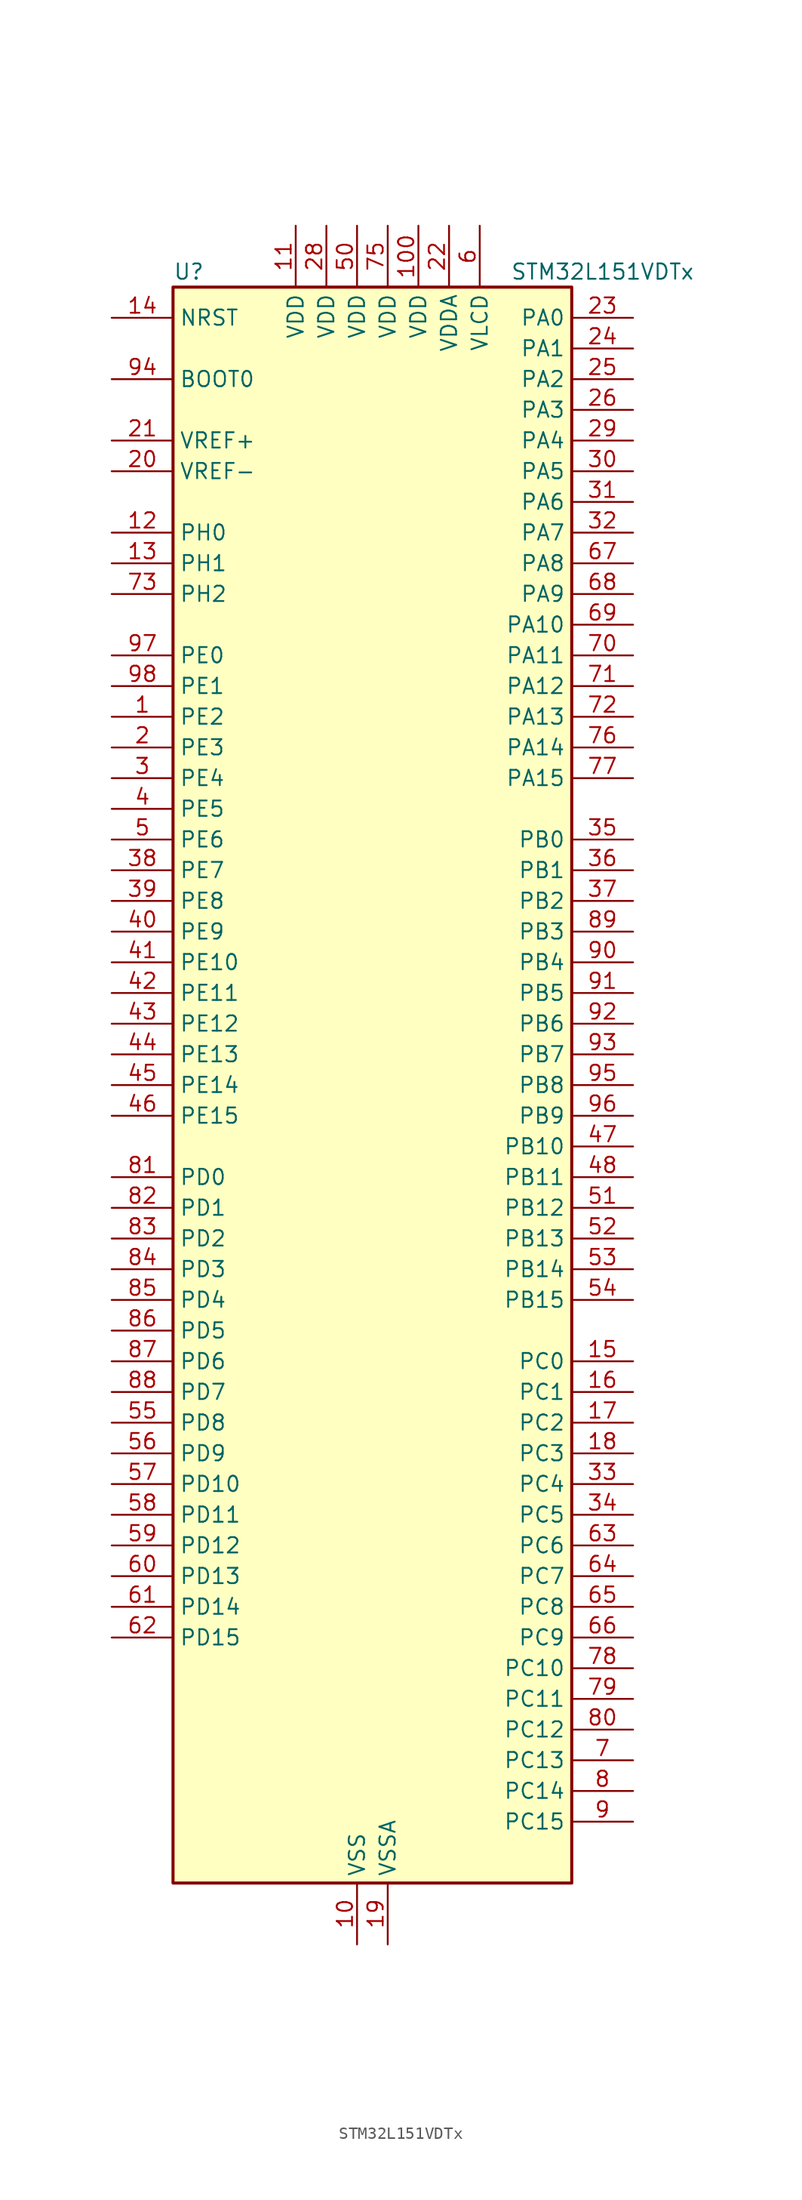
<source format=kicad_sym>
(kicad_symbol_lib
  (version 20231120)
  (generator "kicad_symbol_editor")
  (generator_version "8.0")
  (symbol "STM32L151VDTx"
    (property "Reference" "U"
      (at -15.24 67.31 0)
      (effects (font (size 1.27 1.27)) (justify left)))
    (property "Value" "STM32L151VDTx"
      (at 12.7 67.31 0)
      (effects (font (size 1.27 1.27)) (justify left)))
    (property "ki_locked" ""
      (at 0 0 0)
      (effects (font (size 1.27 1.27))))
    (symbol "STM32L151VDTx_0_1"
      (rectangle (start -15.24 -66.04) (end 17.78 66.04) (stroke (width 0.254) (type default)) (fill (type background))))
    (symbol "STM32L151VDTx_1_1"
      (pin bidirectional line (at -20.32 30.48 0) (length 5.08) (name "PE2" (effects (font (size 1.27 1.27)))) (number "1" (effects (font (size 1.27 1.27)))) (alternate "FSMC_A23" bidirectional line) (alternate "SYS_TRACECK" bidirectional line) (alternate "TIM3_ETR" bidirectional line) (alternate "TIMX_IC3" bidirectional line))
      (pin power_in line (at 0 -71.12 90) (length 5.08) (name "VSS" (effects (font (size 1.27 1.27)))) (number "10" (effects (font (size 1.27 1.27)))))
      (pin power_in line (at 5.08 71.12 270) (length 5.08) (name "VDD" (effects (font (size 1.27 1.27)))) (number "100" (effects (font (size 1.27 1.27)))))
      (pin power_in line (at -5.08 71.12 270) (length 5.08) (name "VDD" (effects (font (size 1.27 1.27)))) (number "11" (effects (font (size 1.27 1.27)))))
      (pin bidirectional line (at -20.32 45.72 0) (length 5.08) (name "PH0" (effects (font (size 1.27 1.27)))) (number "12" (effects (font (size 1.27 1.27)))) (alternate "RCC_OSC_IN" bidirectional line))
      (pin bidirectional line (at -20.32 43.18 0) (length 5.08) (name "PH1" (effects (font (size 1.27 1.27)))) (number "13" (effects (font (size 1.27 1.27)))) (alternate "RCC_OSC_OUT" bidirectional line))
      (pin input line (at -20.32 63.5 0) (length 5.08) (name "NRST" (effects (font (size 1.27 1.27)))) (number "14" (effects (font (size 1.27 1.27)))))
      (pin bidirectional line (at 22.86 -22.86 180) (length 5.08) (name "PC0" (effects (font (size 1.27 1.27)))) (number "15" (effects (font (size 1.27 1.27)))) (alternate "ADC_IN10" bidirectional line) (alternate "COMP1_INP" bidirectional line) (alternate "TIMX_IC1" bidirectional line) (alternate "TS_G8_IO1" bidirectional line))
      (pin bidirectional line (at 22.86 -25.4 180) (length 5.08) (name "PC1" (effects (font (size 1.27 1.27)))) (number "16" (effects (font (size 1.27 1.27)))) (alternate "ADC_IN11" bidirectional line) (alternate "COMP1_INP" bidirectional line) (alternate "OPAMP3_VINP" bidirectional line) (alternate "TIMX_IC2" bidirectional line) (alternate "TS_G8_IO2" bidirectional line))
      (pin bidirectional line (at 22.86 -27.94 180) (length 5.08) (name "PC2" (effects (font (size 1.27 1.27)))) (number "17" (effects (font (size 1.27 1.27)))) (alternate "ADC_IN12" bidirectional line) (alternate "COMP1_INP" bidirectional line) (alternate "OPAMP3_VINM" bidirectional line) (alternate "TIMX_IC3" bidirectional line) (alternate "TS_G8_IO3" bidirectional line))
      (pin bidirectional line (at 22.86 -30.48 180) (length 5.08) (name "PC3" (effects (font (size 1.27 1.27)))) (number "18" (effects (font (size 1.27 1.27)))) (alternate "ADC_IN13" bidirectional line) (alternate "COMP1_INP" bidirectional line) (alternate "OPAMP3_VOUT" bidirectional line) (alternate "TIMX_IC4" bidirectional line) (alternate "TS_G8_IO4" bidirectional line))
      (pin power_in line (at 2.54 -71.12 90) (length 5.08) (name "VSSA" (effects (font (size 1.27 1.27)))) (number "19" (effects (font (size 1.27 1.27)))))
      (pin bidirectional line (at -20.32 27.94 0) (length 5.08) (name "PE3" (effects (font (size 1.27 1.27)))) (number "2" (effects (font (size 1.27 1.27)))) (alternate "FSMC_A19" bidirectional line) (alternate "SYS_TRACED0" bidirectional line) (alternate "TIM3_CH1" bidirectional line) (alternate "TIMX_IC4" bidirectional line))
      (pin input line (at -20.32 50.8 0) (length 5.08) (name "VREF-" (effects (font (size 1.27 1.27)))) (number "20" (effects (font (size 1.27 1.27)))))
      (pin input line (at -20.32 53.34 0) (length 5.08) (name "VREF+" (effects (font (size 1.27 1.27)))) (number "21" (effects (font (size 1.27 1.27)))))
      (pin power_in line (at 7.62 71.12 270) (length 5.08) (name "VDDA" (effects (font (size 1.27 1.27)))) (number "22" (effects (font (size 1.27 1.27)))))
      (pin bidirectional line (at 22.86 63.5 180) (length 5.08) (name "PA0" (effects (font (size 1.27 1.27)))) (number "23" (effects (font (size 1.27 1.27)))) (alternate "ADC_IN0" bidirectional line) (alternate "COMP1_INP" bidirectional line) (alternate "RTC_TAMP2" bidirectional line) (alternate "SYS_WKUP1" bidirectional line) (alternate "TIM2_CH1" bidirectional line) (alternate "TIM2_ETR" bidirectional line) (alternate "TIM5_CH1" bidirectional line) (alternate "TIMX_IC1" bidirectional line) (alternate "TS_G1_IO1" bidirectional line) (alternate "USART2_CTS" bidirectional line))
      (pin bidirectional line (at 22.86 60.96 180) (length 5.08) (name "PA1" (effects (font (size 1.27 1.27)))) (number "24" (effects (font (size 1.27 1.27)))) (alternate "ADC_IN1" bidirectional line) (alternate "COMP1_INP" bidirectional line) (alternate "OPAMP1_VINP" bidirectional line) (alternate "TIM2_CH2" bidirectional line) (alternate "TIM5_CH2" bidirectional line) (alternate "TIMX_IC2" bidirectional line) (alternate "TS_G1_IO2" bidirectional line) (alternate "USART2_RTS" bidirectional line))
      (pin bidirectional line (at 22.86 58.42 180) (length 5.08) (name "PA2" (effects (font (size 1.27 1.27)))) (number "25" (effects (font (size 1.27 1.27)))) (alternate "ADC_IN2" bidirectional line) (alternate "COMP1_INP" bidirectional line) (alternate "OPAMP1_VINM" bidirectional line) (alternate "TIM2_CH3" bidirectional line) (alternate "TIM5_CH3" bidirectional line) (alternate "TIM9_CH1" bidirectional line) (alternate "TIMX_IC3" bidirectional line) (alternate "TS_G1_IO3" bidirectional line) (alternate "USART2_TX" bidirectional line))
      (pin bidirectional line (at 22.86 55.88 180) (length 5.08) (name "PA3" (effects (font (size 1.27 1.27)))) (number "26" (effects (font (size 1.27 1.27)))) (alternate "ADC_IN3" bidirectional line) (alternate "COMP1_INP" bidirectional line) (alternate "OPAMP1_VOUT" bidirectional line) (alternate "TIM2_CH4" bidirectional line) (alternate "TIM5_CH4" bidirectional line) (alternate "TIM9_CH2" bidirectional line) (alternate "TIMX_IC4" bidirectional line) (alternate "TS_G1_IO4" bidirectional line) (alternate "USART2_RX" bidirectional line))
      (pin passive line (at 0 -71.12 90) (length 5.08) hide (name "VSS" (effects (font (size 1.27 1.27)))) (number "27" (effects (font (size 1.27 1.27)))))
      (pin power_in line (at -2.54 71.12 270) (length 5.08) (name "VDD" (effects (font (size 1.27 1.27)))) (number "28" (effects (font (size 1.27 1.27)))))
      (pin bidirectional line (at 22.86 53.34 180) (length 5.08) (name "PA4" (effects (font (size 1.27 1.27)))) (number "29" (effects (font (size 1.27 1.27)))) (alternate "ADC_IN4" bidirectional line) (alternate "COMP1_INP" bidirectional line) (alternate "DAC_OUT1" bidirectional line) (alternate "I2S3_WS" bidirectional line) (alternate "SPI1_NSS" bidirectional line) (alternate "SPI3_NSS" bidirectional line) (alternate "TIMX_IC1" bidirectional line) (alternate "USART2_CK" bidirectional line))
      (pin bidirectional line (at -20.32 25.4 0) (length 5.08) (name "PE4" (effects (font (size 1.27 1.27)))) (number "3" (effects (font (size 1.27 1.27)))) (alternate "FSMC_A20" bidirectional line) (alternate "SYS_TRACED1" bidirectional line) (alternate "TIM3_CH2" bidirectional line) (alternate "TIMX_IC1" bidirectional line))
      (pin bidirectional line (at 22.86 50.8 180) (length 5.08) (name "PA5" (effects (font (size 1.27 1.27)))) (number "30" (effects (font (size 1.27 1.27)))) (alternate "ADC_IN5" bidirectional line) (alternate "COMP1_INP" bidirectional line) (alternate "DAC_OUT2" bidirectional line) (alternate "SPI1_SCK" bidirectional line) (alternate "TIM2_CH1" bidirectional line) (alternate "TIM2_ETR" bidirectional line) (alternate "TIMX_IC2" bidirectional line))
      (pin bidirectional line (at 22.86 48.26 180) (length 5.08) (name "PA6" (effects (font (size 1.27 1.27)))) (number "31" (effects (font (size 1.27 1.27)))) (alternate "ADC_IN6" bidirectional line) (alternate "COMP1_INP" bidirectional line) (alternate "OPAMP2_VINP" bidirectional line) (alternate "SPI1_MISO" bidirectional line) (alternate "TIM10_CH1" bidirectional line) (alternate "TIM3_CH1" bidirectional line) (alternate "TIMX_IC3" bidirectional line) (alternate "TS_G2_IO1" bidirectional line))
      (pin bidirectional line (at 22.86 45.72 180) (length 5.08) (name "PA7" (effects (font (size 1.27 1.27)))) (number "32" (effects (font (size 1.27 1.27)))) (alternate "ADC_IN7" bidirectional line) (alternate "COMP1_INP" bidirectional line) (alternate "OPAMP2_VINM" bidirectional line) (alternate "SPI1_MOSI" bidirectional line) (alternate "TIM11_CH1" bidirectional line) (alternate "TIM3_CH2" bidirectional line) (alternate "TIMX_IC4" bidirectional line) (alternate "TS_G2_IO2" bidirectional line))
      (pin bidirectional line (at 22.86 -33.02 180) (length 5.08) (name "PC4" (effects (font (size 1.27 1.27)))) (number "33" (effects (font (size 1.27 1.27)))) (alternate "ADC_IN14" bidirectional line) (alternate "COMP1_INP" bidirectional line) (alternate "TIMX_IC1" bidirectional line) (alternate "TS_G9_IO1" bidirectional line))
      (pin bidirectional line (at 22.86 -35.56 180) (length 5.08) (name "PC5" (effects (font (size 1.27 1.27)))) (number "34" (effects (font (size 1.27 1.27)))) (alternate "ADC_IN15" bidirectional line) (alternate "COMP1_INP" bidirectional line) (alternate "TIMX_IC2" bidirectional line) (alternate "TS_G9_IO2" bidirectional line))
      (pin bidirectional line (at 22.86 20.32 180) (length 5.08) (name "PB0" (effects (font (size 1.27 1.27)))) (number "35" (effects (font (size 1.27 1.27)))) (alternate "ADC_IN8" bidirectional line) (alternate "COMP1_INP" bidirectional line) (alternate "OPAMP2_VOUT" bidirectional line) (alternate "SYS_V_REF_OUT" bidirectional line) (alternate "TIM3_CH3" bidirectional line) (alternate "TS_G3_IO1" bidirectional line))
      (pin bidirectional line (at 22.86 17.78 180) (length 5.08) (name "PB1" (effects (font (size 1.27 1.27)))) (number "36" (effects (font (size 1.27 1.27)))) (alternate "ADC_IN9" bidirectional line) (alternate "COMP1_INP" bidirectional line) (alternate "SYS_V_REF_OUT" bidirectional line) (alternate "TIM3_CH4" bidirectional line) (alternate "TS_G3_IO2" bidirectional line))
      (pin bidirectional line (at 22.86 15.24 180) (length 5.08) (name "PB2" (effects (font (size 1.27 1.27)))) (number "37" (effects (font (size 1.27 1.27)))) (alternate "TS_G3_IO3" bidirectional line))
      (pin bidirectional line (at -20.32 17.78 0) (length 5.08) (name "PE7" (effects (font (size 1.27 1.27)))) (number "38" (effects (font (size 1.27 1.27)))) (alternate "ADC_IN22" bidirectional line) (alternate "COMP1_INP" bidirectional line) (alternate "FSMC_D4" bidirectional line) (alternate "FSMC_DA4" bidirectional line) (alternate "TIMX_IC4" bidirectional line))
      (pin bidirectional line (at -20.32 15.24 0) (length 5.08) (name "PE8" (effects (font (size 1.27 1.27)))) (number "39" (effects (font (size 1.27 1.27)))) (alternate "ADC_IN23" bidirectional line) (alternate "COMP1_INP" bidirectional line) (alternate "FSMC_D5" bidirectional line) (alternate "FSMC_DA5" bidirectional line) (alternate "TIMX_IC1" bidirectional line))
      (pin bidirectional line (at -20.32 22.86 0) (length 5.08) (name "PE5" (effects (font (size 1.27 1.27)))) (number "4" (effects (font (size 1.27 1.27)))) (alternate "FSMC_A21" bidirectional line) (alternate "SYS_TRACED2" bidirectional line) (alternate "TIM9_CH1" bidirectional line) (alternate "TIMX_IC2" bidirectional line))
      (pin bidirectional line (at -20.32 12.7 0) (length 5.08) (name "PE9" (effects (font (size 1.27 1.27)))) (number "40" (effects (font (size 1.27 1.27)))) (alternate "ADC_IN24" bidirectional line) (alternate "COMP1_INP" bidirectional line) (alternate "DAC_EXTI9" bidirectional line) (alternate "FSMC_D6" bidirectional line) (alternate "FSMC_DA6" bidirectional line) (alternate "TIM2_CH1" bidirectional line) (alternate "TIM2_ETR" bidirectional line) (alternate "TIMX_IC2" bidirectional line))
      (pin bidirectional line (at -20.32 10.16 0) (length 5.08) (name "PE10" (effects (font (size 1.27 1.27)))) (number "41" (effects (font (size 1.27 1.27)))) (alternate "ADC_IN25" bidirectional line) (alternate "COMP1_INP" bidirectional line) (alternate "FSMC_D7" bidirectional line) (alternate "FSMC_DA7" bidirectional line) (alternate "TIM2_CH2" bidirectional line) (alternate "TIMX_IC3" bidirectional line))
      (pin bidirectional line (at -20.32 7.62 0) (length 5.08) (name "PE11" (effects (font (size 1.27 1.27)))) (number "42" (effects (font (size 1.27 1.27)))) (alternate "ADC_EXTI11" bidirectional line) (alternate "FSMC_D8" bidirectional line) (alternate "FSMC_DA8" bidirectional line) (alternate "TIM2_CH3" bidirectional line) (alternate "TIMX_IC4" bidirectional line))
      (pin bidirectional line (at -20.32 5.08 0) (length 5.08) (name "PE12" (effects (font (size 1.27 1.27)))) (number "43" (effects (font (size 1.27 1.27)))) (alternate "FSMC_D9" bidirectional line) (alternate "FSMC_DA9" bidirectional line) (alternate "SPI1_NSS" bidirectional line) (alternate "TIM2_CH4" bidirectional line) (alternate "TIMX_IC1" bidirectional line))
      (pin bidirectional line (at -20.32 2.54 0) (length 5.08) (name "PE13" (effects (font (size 1.27 1.27)))) (number "44" (effects (font (size 1.27 1.27)))) (alternate "FSMC_D10" bidirectional line) (alternate "FSMC_DA10" bidirectional line) (alternate "SPI1_SCK" bidirectional line) (alternate "TIMX_IC2" bidirectional line))
      (pin bidirectional line (at -20.32 0 0) (length 5.08) (name "PE14" (effects (font (size 1.27 1.27)))) (number "45" (effects (font (size 1.27 1.27)))) (alternate "FSMC_D11" bidirectional line) (alternate "FSMC_DA11" bidirectional line) (alternate "SPI1_MISO" bidirectional line) (alternate "TIMX_IC3" bidirectional line))
      (pin bidirectional line (at -20.32 -2.54 0) (length 5.08) (name "PE15" (effects (font (size 1.27 1.27)))) (number "46" (effects (font (size 1.27 1.27)))) (alternate "ADC_EXTI15" bidirectional line) (alternate "FSMC_D12" bidirectional line) (alternate "FSMC_DA12" bidirectional line) (alternate "SPI1_MOSI" bidirectional line) (alternate "TIMX_IC4" bidirectional line))
      (pin bidirectional line (at 22.86 -5.08 180) (length 5.08) (name "PB10" (effects (font (size 1.27 1.27)))) (number "47" (effects (font (size 1.27 1.27)))) (alternate "I2C2_SCL" bidirectional line) (alternate "TIM2_CH3" bidirectional line) (alternate "USART3_TX" bidirectional line))
      (pin bidirectional line (at 22.86 -7.62 180) (length 5.08) (name "PB11" (effects (font (size 1.27 1.27)))) (number "48" (effects (font (size 1.27 1.27)))) (alternate "ADC_EXTI11" bidirectional line) (alternate "I2C2_SDA" bidirectional line) (alternate "TIM2_CH4" bidirectional line) (alternate "USART3_RX" bidirectional line))
      (pin passive line (at 0 -71.12 90) (length 5.08) hide (name "VSS" (effects (font (size 1.27 1.27)))) (number "49" (effects (font (size 1.27 1.27)))))
      (pin bidirectional line (at -20.32 20.32 0) (length 5.08) (name "PE6" (effects (font (size 1.27 1.27)))) (number "5" (effects (font (size 1.27 1.27)))) (alternate "RTC_TAMP3" bidirectional line) (alternate "SYS_TRACED3" bidirectional line) (alternate "SYS_WKUP3" bidirectional line) (alternate "TIM9_CH2" bidirectional line) (alternate "TIMX_IC3" bidirectional line))
      (pin power_in line (at 0 71.12 270) (length 5.08) (name "VDD" (effects (font (size 1.27 1.27)))) (number "50" (effects (font (size 1.27 1.27)))))
      (pin bidirectional line (at 22.86 -10.16 180) (length 5.08) (name "PB12" (effects (font (size 1.27 1.27)))) (number "51" (effects (font (size 1.27 1.27)))) (alternate "ADC_IN18" bidirectional line) (alternate "COMP1_INP" bidirectional line) (alternate "I2C2_SMBA" bidirectional line) (alternate "I2S2_WS" bidirectional line) (alternate "SPI2_NSS" bidirectional line) (alternate "TIM10_CH1" bidirectional line) (alternate "TS_G7_IO1" bidirectional line) (alternate "USART3_CK" bidirectional line))
      (pin bidirectional line (at 22.86 -12.7 180) (length 5.08) (name "PB13" (effects (font (size 1.27 1.27)))) (number "52" (effects (font (size 1.27 1.27)))) (alternate "ADC_IN19" bidirectional line) (alternate "COMP1_INP" bidirectional line) (alternate "I2S2_CK" bidirectional line) (alternate "SPI2_SCK" bidirectional line) (alternate "TIM9_CH1" bidirectional line) (alternate "TS_G7_IO2" bidirectional line) (alternate "USART3_CTS" bidirectional line))
      (pin bidirectional line (at 22.86 -15.24 180) (length 5.08) (name "PB14" (effects (font (size 1.27 1.27)))) (number "53" (effects (font (size 1.27 1.27)))) (alternate "ADC_IN20" bidirectional line) (alternate "COMP1_INP" bidirectional line) (alternate "SPI2_MISO" bidirectional line) (alternate "TIM9_CH2" bidirectional line) (alternate "TS_G7_IO3" bidirectional line) (alternate "USART3_RTS" bidirectional line))
      (pin bidirectional line (at 22.86 -17.78 180) (length 5.08) (name "PB15" (effects (font (size 1.27 1.27)))) (number "54" (effects (font (size 1.27 1.27)))) (alternate "ADC_EXTI15" bidirectional line) (alternate "ADC_IN21" bidirectional line) (alternate "COMP1_INP" bidirectional line) (alternate "I2S2_SD" bidirectional line) (alternate "RTC_REFIN" bidirectional line) (alternate "SPI2_MOSI" bidirectional line) (alternate "TIM11_CH1" bidirectional line) (alternate "TS_G7_IO4" bidirectional line))
      (pin bidirectional line (at -20.32 -27.94 0) (length 5.08) (name "PD8" (effects (font (size 1.27 1.27)))) (number "55" (effects (font (size 1.27 1.27)))) (alternate "FSMC_D13" bidirectional line) (alternate "FSMC_DA13" bidirectional line) (alternate "TIMX_IC1" bidirectional line) (alternate "USART3_TX" bidirectional line))
      (pin bidirectional line (at -20.32 -30.48 0) (length 5.08) (name "PD9" (effects (font (size 1.27 1.27)))) (number "56" (effects (font (size 1.27 1.27)))) (alternate "DAC_EXTI9" bidirectional line) (alternate "FSMC_D14" bidirectional line) (alternate "FSMC_DA14" bidirectional line) (alternate "TIMX_IC2" bidirectional line) (alternate "USART3_RX" bidirectional line))
      (pin bidirectional line (at -20.32 -33.02 0) (length 5.08) (name "PD10" (effects (font (size 1.27 1.27)))) (number "57" (effects (font (size 1.27 1.27)))) (alternate "FSMC_D15" bidirectional line) (alternate "FSMC_DA15" bidirectional line) (alternate "TIMX_IC3" bidirectional line) (alternate "USART3_CK" bidirectional line))
      (pin bidirectional line (at -20.32 -35.56 0) (length 5.08) (name "PD11" (effects (font (size 1.27 1.27)))) (number "58" (effects (font (size 1.27 1.27)))) (alternate "ADC_EXTI11" bidirectional line) (alternate "FSMC_A16" bidirectional line) (alternate "TIMX_IC4" bidirectional line) (alternate "USART3_CTS" bidirectional line))
      (pin bidirectional line (at -20.32 -38.1 0) (length 5.08) (name "PD12" (effects (font (size 1.27 1.27)))) (number "59" (effects (font (size 1.27 1.27)))) (alternate "FSMC_A17" bidirectional line) (alternate "TIM4_CH1" bidirectional line) (alternate "TIMX_IC1" bidirectional line) (alternate "USART3_RTS" bidirectional line))
      (pin power_in line (at 10.16 71.12 270) (length 5.08) (name "VLCD" (effects (font (size 1.27 1.27)))) (number "6" (effects (font (size 1.27 1.27)))))
      (pin bidirectional line (at -20.32 -40.64 0) (length 5.08) (name "PD13" (effects (font (size 1.27 1.27)))) (number "60" (effects (font (size 1.27 1.27)))) (alternate "FSMC_A18" bidirectional line) (alternate "TIM4_CH2" bidirectional line) (alternate "TIMX_IC2" bidirectional line))
      (pin bidirectional line (at -20.32 -43.18 0) (length 5.08) (name "PD14" (effects (font (size 1.27 1.27)))) (number "61" (effects (font (size 1.27 1.27)))) (alternate "FSMC_D0" bidirectional line) (alternate "FSMC_DA0" bidirectional line) (alternate "TIM4_CH3" bidirectional line) (alternate "TIMX_IC3" bidirectional line))
      (pin bidirectional line (at -20.32 -45.72 0) (length 5.08) (name "PD15" (effects (font (size 1.27 1.27)))) (number "62" (effects (font (size 1.27 1.27)))) (alternate "ADC_EXTI15" bidirectional line) (alternate "FSMC_D1" bidirectional line) (alternate "FSMC_DA1" bidirectional line) (alternate "TIM4_CH4" bidirectional line) (alternate "TIMX_IC4" bidirectional line))
      (pin bidirectional line (at 22.86 -38.1 180) (length 5.08) (name "PC6" (effects (font (size 1.27 1.27)))) (number "63" (effects (font (size 1.27 1.27)))) (alternate "I2S2_MCK" bidirectional line) (alternate "SDIO_D6" bidirectional line) (alternate "TIM3_CH1" bidirectional line) (alternate "TIMX_IC3" bidirectional line) (alternate "TS_G10_IO1" bidirectional line))
      (pin bidirectional line (at 22.86 -40.64 180) (length 5.08) (name "PC7" (effects (font (size 1.27 1.27)))) (number "64" (effects (font (size 1.27 1.27)))) (alternate "I2S3_MCK" bidirectional line) (alternate "SDIO_D7" bidirectional line) (alternate "TIM3_CH2" bidirectional line) (alternate "TIMX_IC4" bidirectional line) (alternate "TS_G10_IO2" bidirectional line))
      (pin bidirectional line (at 22.86 -43.18 180) (length 5.08) (name "PC8" (effects (font (size 1.27 1.27)))) (number "65" (effects (font (size 1.27 1.27)))) (alternate "SDIO_D0" bidirectional line) (alternate "TIM3_CH3" bidirectional line) (alternate "TIMX_IC1" bidirectional line) (alternate "TS_G10_IO3" bidirectional line))
      (pin bidirectional line (at 22.86 -45.72 180) (length 5.08) (name "PC9" (effects (font (size 1.27 1.27)))) (number "66" (effects (font (size 1.27 1.27)))) (alternate "DAC_EXTI9" bidirectional line) (alternate "SDIO_D1" bidirectional line) (alternate "TIM3_CH4" bidirectional line) (alternate "TIMX_IC2" bidirectional line) (alternate "TS_G10_IO4" bidirectional line))
      (pin bidirectional line (at 22.86 43.18 180) (length 5.08) (name "PA8" (effects (font (size 1.27 1.27)))) (number "67" (effects (font (size 1.27 1.27)))) (alternate "RCC_MCO" bidirectional line) (alternate "TIMX_IC1" bidirectional line) (alternate "TS_G4_IO1" bidirectional line) (alternate "USART1_CK" bidirectional line))
      (pin bidirectional line (at 22.86 40.64 180) (length 5.08) (name "PA9" (effects (font (size 1.27 1.27)))) (number "68" (effects (font (size 1.27 1.27)))) (alternate "DAC_EXTI9" bidirectional line) (alternate "TIMX_IC2" bidirectional line) (alternate "TS_G4_IO2" bidirectional line) (alternate "USART1_TX" bidirectional line))
      (pin bidirectional line (at 22.86 38.1 180) (length 5.08) (name "PA10" (effects (font (size 1.27 1.27)))) (number "69" (effects (font (size 1.27 1.27)))) (alternate "TIMX_IC3" bidirectional line) (alternate "TS_G4_IO3" bidirectional line) (alternate "USART1_RX" bidirectional line))
      (pin bidirectional line (at 22.86 -55.88 180) (length 5.08) (name "PC13" (effects (font (size 1.27 1.27)))) (number "7" (effects (font (size 1.27 1.27)))) (alternate "RTC_OUT_ALARM" bidirectional line) (alternate "RTC_OUT_CALIB" bidirectional line) (alternate "RTC_TAMP1" bidirectional line) (alternate "RTC_TS" bidirectional line) (alternate "SYS_WKUP2" bidirectional line) (alternate "TIMX_IC2" bidirectional line))
      (pin bidirectional line (at 22.86 35.56 180) (length 5.08) (name "PA11" (effects (font (size 1.27 1.27)))) (number "70" (effects (font (size 1.27 1.27)))) (alternate "ADC_EXTI11" bidirectional line) (alternate "SPI1_MISO" bidirectional line) (alternate "TIMX_IC4" bidirectional line) (alternate "USART1_CTS" bidirectional line) (alternate "USB_DM" bidirectional line))
      (pin bidirectional line (at 22.86 33.02 180) (length 5.08) (name "PA12" (effects (font (size 1.27 1.27)))) (number "71" (effects (font (size 1.27 1.27)))) (alternate "SPI1_MOSI" bidirectional line) (alternate "TIMX_IC1" bidirectional line) (alternate "USART1_RTS" bidirectional line) (alternate "USB_DP" bidirectional line))
      (pin bidirectional line (at 22.86 30.48 180) (length 5.08) (name "PA13" (effects (font (size 1.27 1.27)))) (number "72" (effects (font (size 1.27 1.27)))) (alternate "SYS_JTMS-SWDIO" bidirectional line) (alternate "TIMX_IC2" bidirectional line) (alternate "TS_G5_IO1" bidirectional line))
      (pin bidirectional line (at -20.32 40.64 0) (length 5.08) (name "PH2" (effects (font (size 1.27 1.27)))) (number "73" (effects (font (size 1.27 1.27)))) (alternate "FSMC_A22" bidirectional line))
      (pin passive line (at 0 -71.12 90) (length 5.08) hide (name "VSS" (effects (font (size 1.27 1.27)))) (number "74" (effects (font (size 1.27 1.27)))))
      (pin power_in line (at 2.54 71.12 270) (length 5.08) (name "VDD" (effects (font (size 1.27 1.27)))) (number "75" (effects (font (size 1.27 1.27)))))
      (pin bidirectional line (at 22.86 27.94 180) (length 5.08) (name "PA14" (effects (font (size 1.27 1.27)))) (number "76" (effects (font (size 1.27 1.27)))) (alternate "SYS_JTCK-SWCLK" bidirectional line) (alternate "TIMX_IC3" bidirectional line) (alternate "TS_G5_IO2" bidirectional line))
      (pin bidirectional line (at 22.86 25.4 180) (length 5.08) (name "PA15" (effects (font (size 1.27 1.27)))) (number "77" (effects (font (size 1.27 1.27)))) (alternate "ADC_EXTI15" bidirectional line) (alternate "I2S3_WS" bidirectional line) (alternate "SPI1_NSS" bidirectional line) (alternate "SPI3_NSS" bidirectional line) (alternate "SYS_JTDI" bidirectional line) (alternate "TIM2_CH1" bidirectional line) (alternate "TIM2_ETR" bidirectional line) (alternate "TIMX_IC4" bidirectional line) (alternate "TS_G5_IO3" bidirectional line))
      (pin bidirectional line (at 22.86 -48.26 180) (length 5.08) (name "PC10" (effects (font (size 1.27 1.27)))) (number "78" (effects (font (size 1.27 1.27)))) (alternate "I2S3_CK" bidirectional line) (alternate "SDIO_D2" bidirectional line) (alternate "SPI3_SCK" bidirectional line) (alternate "TIMX_IC3" bidirectional line) (alternate "UART4_TX" bidirectional line) (alternate "USART3_TX" bidirectional line))
      (pin bidirectional line (at 22.86 -50.8 180) (length 5.08) (name "PC11" (effects (font (size 1.27 1.27)))) (number "79" (effects (font (size 1.27 1.27)))) (alternate "ADC_EXTI11" bidirectional line) (alternate "SDIO_D3" bidirectional line) (alternate "SPI3_MISO" bidirectional line) (alternate "TIMX_IC4" bidirectional line) (alternate "UART4_RX" bidirectional line) (alternate "USART3_RX" bidirectional line))
      (pin bidirectional line (at 22.86 -58.42 180) (length 5.08) (name "PC14" (effects (font (size 1.27 1.27)))) (number "8" (effects (font (size 1.27 1.27)))) (alternate "RCC_OSC32_IN" bidirectional line) (alternate "TIMX_IC3" bidirectional line))
      (pin bidirectional line (at 22.86 -53.34 180) (length 5.08) (name "PC12" (effects (font (size 1.27 1.27)))) (number "80" (effects (font (size 1.27 1.27)))) (alternate "I2S3_SD" bidirectional line) (alternate "SDIO_CK" bidirectional line) (alternate "SPI3_MOSI" bidirectional line) (alternate "TIMX_IC1" bidirectional line) (alternate "UART5_TX" bidirectional line) (alternate "USART3_CK" bidirectional line))
      (pin bidirectional line (at -20.32 -7.62 0) (length 5.08) (name "PD0" (effects (font (size 1.27 1.27)))) (number "81" (effects (font (size 1.27 1.27)))) (alternate "FSMC_D2" bidirectional line) (alternate "FSMC_DA2" bidirectional line) (alternate "I2S2_WS" bidirectional line) (alternate "SPI2_NSS" bidirectional line) (alternate "TIM9_CH1" bidirectional line) (alternate "TIMX_IC1" bidirectional line))
      (pin bidirectional line (at -20.32 -10.16 0) (length 5.08) (name "PD1" (effects (font (size 1.27 1.27)))) (number "82" (effects (font (size 1.27 1.27)))) (alternate "FSMC_D3" bidirectional line) (alternate "FSMC_DA3" bidirectional line) (alternate "I2S2_CK" bidirectional line) (alternate "SPI2_SCK" bidirectional line) (alternate "TIMX_IC2" bidirectional line))
      (pin bidirectional line (at -20.32 -12.7 0) (length 5.08) (name "PD2" (effects (font (size 1.27 1.27)))) (number "83" (effects (font (size 1.27 1.27)))) (alternate "SDIO_CMD" bidirectional line) (alternate "TIM3_ETR" bidirectional line) (alternate "TIMX_IC3" bidirectional line) (alternate "UART5_RX" bidirectional line))
      (pin bidirectional line (at -20.32 -15.24 0) (length 5.08) (name "PD3" (effects (font (size 1.27 1.27)))) (number "84" (effects (font (size 1.27 1.27)))) (alternate "FSMC_CLK" bidirectional line) (alternate "SPI2_MISO" bidirectional line) (alternate "TIMX_IC4" bidirectional line) (alternate "USART2_CTS" bidirectional line))
      (pin bidirectional line (at -20.32 -17.78 0) (length 5.08) (name "PD4" (effects (font (size 1.27 1.27)))) (number "85" (effects (font (size 1.27 1.27)))) (alternate "FSMC_NOE" bidirectional line) (alternate "I2S2_SD" bidirectional line) (alternate "SPI2_MOSI" bidirectional line) (alternate "TIMX_IC1" bidirectional line) (alternate "USART2_RTS" bidirectional line))
      (pin bidirectional line (at -20.32 -20.32 0) (length 5.08) (name "PD5" (effects (font (size 1.27 1.27)))) (number "86" (effects (font (size 1.27 1.27)))) (alternate "FSMC_NWE" bidirectional line) (alternate "TIMX_IC2" bidirectional line) (alternate "USART2_TX" bidirectional line))
      (pin bidirectional line (at -20.32 -22.86 0) (length 5.08) (name "PD6" (effects (font (size 1.27 1.27)))) (number "87" (effects (font (size 1.27 1.27)))) (alternate "FSMC_NWAIT" bidirectional line) (alternate "TIMX_IC3" bidirectional line) (alternate "USART2_RX" bidirectional line))
      (pin bidirectional line (at -20.32 -25.4 0) (length 5.08) (name "PD7" (effects (font (size 1.27 1.27)))) (number "88" (effects (font (size 1.27 1.27)))) (alternate "FSMC_NE1" bidirectional line) (alternate "TIM9_CH2" bidirectional line) (alternate "TIMX_IC4" bidirectional line) (alternate "USART2_CK" bidirectional line))
      (pin bidirectional line (at 22.86 12.7 180) (length 5.08) (name "PB3" (effects (font (size 1.27 1.27)))) (number "89" (effects (font (size 1.27 1.27)))) (alternate "COMP2_INM" bidirectional line) (alternate "I2S3_CK" bidirectional line) (alternate "SPI1_SCK" bidirectional line) (alternate "SPI3_SCK" bidirectional line) (alternate "SYS_JTDO-TRACESWO" bidirectional line) (alternate "TIM2_CH2" bidirectional line))
      (pin bidirectional line (at 22.86 -60.96 180) (length 5.08) (name "PC15" (effects (font (size 1.27 1.27)))) (number "9" (effects (font (size 1.27 1.27)))) (alternate "ADC_EXTI15" bidirectional line) (alternate "RCC_OSC32_OUT" bidirectional line) (alternate "TIMX_IC4" bidirectional line))
      (pin bidirectional line (at 22.86 10.16 180) (length 5.08) (name "PB4" (effects (font (size 1.27 1.27)))) (number "90" (effects (font (size 1.27 1.27)))) (alternate "COMP2_INP" bidirectional line) (alternate "SPI1_MISO" bidirectional line) (alternate "SPI3_MISO" bidirectional line) (alternate "SYS_JTRST" bidirectional line) (alternate "TIM3_CH1" bidirectional line) (alternate "TS_G6_IO1" bidirectional line))
      (pin bidirectional line (at 22.86 7.62 180) (length 5.08) (name "PB5" (effects (font (size 1.27 1.27)))) (number "91" (effects (font (size 1.27 1.27)))) (alternate "COMP2_INP" bidirectional line) (alternate "I2C1_SMBA" bidirectional line) (alternate "I2S3_SD" bidirectional line) (alternate "SPI1_MOSI" bidirectional line) (alternate "SPI3_MOSI" bidirectional line) (alternate "TIM3_CH2" bidirectional line) (alternate "TS_G6_IO2" bidirectional line))
      (pin bidirectional line (at 22.86 5.08 180) (length 5.08) (name "PB6" (effects (font (size 1.27 1.27)))) (number "92" (effects (font (size 1.27 1.27)))) (alternate "COMP2_INP" bidirectional line) (alternate "I2C1_SCL" bidirectional line) (alternate "TIM4_CH1" bidirectional line) (alternate "TS_G6_IO3" bidirectional line) (alternate "USART1_TX" bidirectional line))
      (pin bidirectional line (at 22.86 2.54 180) (length 5.08) (name "PB7" (effects (font (size 1.27 1.27)))) (number "93" (effects (font (size 1.27 1.27)))) (alternate "COMP2_INP" bidirectional line) (alternate "FSMC_NL" bidirectional line) (alternate "I2C1_SDA" bidirectional line) (alternate "SYS_PVD_IN" bidirectional line) (alternate "TIM4_CH2" bidirectional line) (alternate "TS_G6_IO4" bidirectional line) (alternate "USART1_RX" bidirectional line))
      (pin input line (at -20.32 58.42 0) (length 5.08) (name "BOOT0" (effects (font (size 1.27 1.27)))) (number "94" (effects (font (size 1.27 1.27)))))
      (pin bidirectional line (at 22.86 0 180) (length 5.08) (name "PB8" (effects (font (size 1.27 1.27)))) (number "95" (effects (font (size 1.27 1.27)))) (alternate "I2C1_SCL" bidirectional line) (alternate "SDIO_D4" bidirectional line) (alternate "TIM10_CH1" bidirectional line) (alternate "TIM4_CH3" bidirectional line))
      (pin bidirectional line (at 22.86 -2.54 180) (length 5.08) (name "PB9" (effects (font (size 1.27 1.27)))) (number "96" (effects (font (size 1.27 1.27)))) (alternate "DAC_EXTI9" bidirectional line) (alternate "I2C1_SDA" bidirectional line) (alternate "SDIO_D5" bidirectional line) (alternate "TIM11_CH1" bidirectional line) (alternate "TIM4_CH4" bidirectional line))
      (pin bidirectional line (at -20.32 35.56 0) (length 5.08) (name "PE0" (effects (font (size 1.27 1.27)))) (number "97" (effects (font (size 1.27 1.27)))) (alternate "FSMC_NBL0" bidirectional line) (alternate "TIM10_CH1" bidirectional line) (alternate "TIM4_ETR" bidirectional line) (alternate "TIMX_IC1" bidirectional line))
      (pin bidirectional line (at -20.32 33.02 0) (length 5.08) (name "PE1" (effects (font (size 1.27 1.27)))) (number "98" (effects (font (size 1.27 1.27)))) (alternate "FSMC_NBL1" bidirectional line) (alternate "TIM11_CH1" bidirectional line) (alternate "TIMX_IC2" bidirectional line))
      (pin passive line (at 0 -71.12 90) (length 5.08) hide (name "VSS" (effects (font (size 1.27 1.27)))) (number "99" (effects (font (size 1.27 1.27))))))))
</source>
